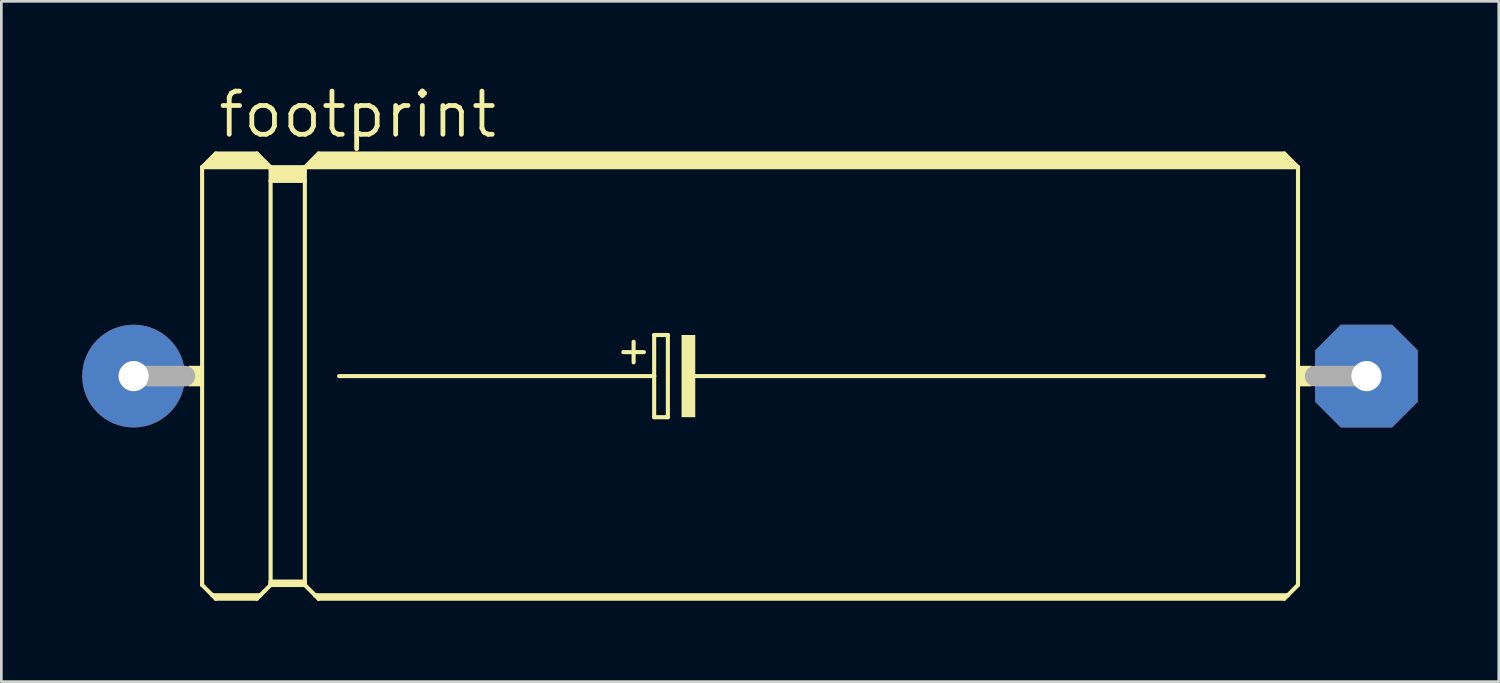
<source format=kicad_pcb>
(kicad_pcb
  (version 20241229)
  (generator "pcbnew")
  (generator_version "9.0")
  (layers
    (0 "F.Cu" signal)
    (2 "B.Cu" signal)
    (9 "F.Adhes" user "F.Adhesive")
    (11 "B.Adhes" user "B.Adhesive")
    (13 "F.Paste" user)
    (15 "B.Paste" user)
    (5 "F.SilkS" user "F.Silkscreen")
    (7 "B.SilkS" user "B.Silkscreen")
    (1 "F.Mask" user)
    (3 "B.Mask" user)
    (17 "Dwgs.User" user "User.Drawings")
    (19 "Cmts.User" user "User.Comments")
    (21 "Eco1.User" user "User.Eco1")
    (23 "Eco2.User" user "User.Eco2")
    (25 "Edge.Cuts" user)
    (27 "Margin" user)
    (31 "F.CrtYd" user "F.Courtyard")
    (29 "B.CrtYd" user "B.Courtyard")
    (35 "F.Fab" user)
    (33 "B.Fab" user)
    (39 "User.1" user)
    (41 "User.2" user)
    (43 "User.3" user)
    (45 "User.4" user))
  (footprint "footprint"
    (layer "F.Cu")
    (at 24.765 10.897)
    (property "Reference" "footprint" (at -19.812 -8.763 0) (layer "F.SilkS") (effects (font (size 1.6 1.6) (thickness 0.178)) (justify left bottom)))
    (fp_line (start -20.32 -7.747) (end -20.32 7.747) (stroke (width 0.152) (type solid)) (layer "F.SilkS"))
    (fp_line (start -20.32 -7.747) (end -19.812 -8.255) (stroke (width 0.152) (type solid)) (layer "F.SilkS"))
    (fp_line (start -20.32 -7.747) (end -17.78 -7.747) (stroke (width 0.152) (type solid)) (layer "F.SilkS"))
    (fp_line (start -20.32 7.747) (end -19.939 8.128) (stroke (width 0.152) (type solid)) (layer "F.SilkS"))
    (fp_line (start -20.066 -7.874) (end -18.034 -7.874) (stroke (width 0.305) (type solid)) (layer "F.SilkS"))
    (fp_line (start -19.939 8.128) (end -19.812 8.255) (stroke (width 0.152) (type solid)) (layer "F.SilkS"))
    (fp_line (start -19.939 8.128) (end -18.161 8.128) (stroke (width 0.152) (type solid)) (layer "F.SilkS"))
    (fp_line (start -19.812 -8.255) (end -18.288 -8.255) (stroke (width 0.152) (type solid)) (layer "F.SilkS"))
    (fp_line (start -19.812 -8.128) (end -18.288 -8.128) (stroke (width 0.305) (type solid)) (layer "F.SilkS"))
    (fp_line (start -19.812 8.204) (end -18.288 8.204) (stroke (width 0.152) (type solid)) (layer "F.SilkS"))
    (fp_line (start -19.812 8.255) (end -19.812 8.204) (stroke (width 0.152) (type solid)) (layer "F.SilkS"))
    (fp_line (start -19.812 8.255) (end -18.288 8.255) (stroke (width 0.152) (type solid)) (layer "F.SilkS"))
    (fp_line (start -18.288 -8.255) (end -17.78 -7.747) (stroke (width 0.152) (type solid)) (layer "F.SilkS"))
    (fp_line (start -18.288 8.255) (end -18.161 8.128) (stroke (width 0.152) (type solid)) (layer "F.SilkS"))
    (fp_line (start -18.161 8.128) (end -17.78 7.747) (stroke (width 0.152) (type solid)) (layer "F.SilkS"))
    (fp_line (start -17.78 -7.747) (end -16.51 -7.747) (stroke (width 0.152) (type solid)) (layer "F.SilkS"))
    (fp_line (start -17.78 -7.239) (end -17.78 -7.747) (stroke (width 0.152) (type solid)) (layer "F.SilkS"))
    (fp_line (start -17.78 -7.239) (end -16.51 -7.239) (stroke (width 0.152) (type solid)) (layer "F.SilkS"))
    (fp_line (start -17.78 7.62) (end -17.78 -7.239) (stroke (width 0.152) (type solid)) (layer "F.SilkS"))
    (fp_line (start -17.78 7.62) (end -16.51 7.62) (stroke (width 0.152) (type solid)) (layer "F.SilkS"))
    (fp_line (start -17.78 7.696) (end -17.78 7.62) (stroke (width 0.152) (type solid)) (layer "F.SilkS"))
    (fp_line (start -17.78 7.696) (end -16.51 7.696) (stroke (width 0.152) (type solid)) (layer "F.SilkS"))
    (fp_line (start -17.78 7.747) (end -17.78 7.696) (stroke (width 0.152) (type solid)) (layer "F.SilkS"))
    (fp_line (start -17.78 7.747) (end -16.51 7.747) (stroke (width 0.152) (type solid)) (layer "F.SilkS"))
    (fp_line (start -17.653 -7.62) (end -16.637 -7.62) (stroke (width 0.305) (type solid)) (layer "F.SilkS"))
    (fp_line (start -17.653 -7.366) (end -16.637 -7.366) (stroke (width 0.305) (type solid)) (layer "F.SilkS"))
    (fp_line (start -16.51 -7.747) (end -16.002 -8.255) (stroke (width 0.152) (type solid)) (layer "F.SilkS"))
    (fp_line (start -16.51 -7.747) (end 20.32 -7.747) (stroke (width 0.152) (type solid)) (layer "F.SilkS"))
    (fp_line (start -16.51 -7.239) (end -16.51 -7.747) (stroke (width 0.152) (type solid)) (layer "F.SilkS"))
    (fp_line (start -16.51 7.62) (end -16.51 -7.239) (stroke (width 0.152) (type solid)) (layer "F.SilkS"))
    (fp_line (start -16.51 7.696) (end -16.51 7.62) (stroke (width 0.152) (type solid)) (layer "F.SilkS"))
    (fp_line (start -16.51 7.747) (end -16.51 7.696) (stroke (width 0.152) (type solid)) (layer "F.SilkS"))
    (fp_line (start -16.51 7.747) (end -16.129 8.128) (stroke (width 0.152) (type solid)) (layer "F.SilkS"))
    (fp_line (start -16.256 -7.874) (end 20.066 -7.874) (stroke (width 0.305) (type solid)) (layer "F.SilkS"))
    (fp_line (start -16.129 8.128) (end -16.002 8.255) (stroke (width 0.152) (type solid)) (layer "F.SilkS"))
    (fp_line (start -16.129 8.128) (end 19.939 8.128) (stroke (width 0.152) (type solid)) (layer "F.SilkS"))
    (fp_line (start -16.002 -8.255) (end 19.812 -8.255) (stroke (width 0.152) (type solid)) (layer "F.SilkS"))
    (fp_line (start -16.002 -8.128) (end 19.812 -8.128) (stroke (width 0.305) (type solid)) (layer "F.SilkS"))
    (fp_line (start -16.002 8.204) (end 19.812 8.204) (stroke (width 0.152) (type solid)) (layer "F.SilkS"))
    (fp_line (start -16.002 8.255) (end -16.002 8.204) (stroke (width 0.152) (type solid)) (layer "F.SilkS"))
    (fp_line (start -16.002 8.255) (end 19.812 8.255) (stroke (width 0.152) (type solid)) (layer "F.SilkS"))
    (fp_line (start -15.24 0) (end -3.556 0) (stroke (width 0.152) (type solid)) (layer "F.SilkS"))
    (fp_line (start -4.699 -0.889) (end -3.937 -0.889) (stroke (width 0.152) (type solid)) (layer "F.SilkS"))
    (fp_line (start -4.318 -1.27) (end -4.318 -0.508) (stroke (width 0.152) (type solid)) (layer "F.SilkS"))
    (fp_line (start -3.556 -1.524) (end -3.556 0) (stroke (width 0.152) (type solid)) (layer "F.SilkS"))
    (fp_line (start -3.556 0) (end -3.556 1.524) (stroke (width 0.152) (type solid)) (layer "F.SilkS"))
    (fp_line (start -3.556 1.524) (end -3.048 1.524) (stroke (width 0.152) (type solid)) (layer "F.SilkS"))
    (fp_line (start -3.048 -1.524) (end -3.556 -1.524) (stroke (width 0.152) (type solid)) (layer "F.SilkS"))
    (fp_line (start -3.048 1.524) (end -3.048 -1.524) (stroke (width 0.152) (type solid)) (layer "F.SilkS"))
    (fp_line (start -2.159 0) (end 19.05 0) (stroke (width 0.152) (type solid)) (layer "F.SilkS"))
    (fp_line (start 19.812 -8.255) (end 20.32 -7.747) (stroke (width 0.152) (type solid)) (layer "F.SilkS"))
    (fp_line (start 19.812 8.255) (end 19.939 8.128) (stroke (width 0.152) (type solid)) (layer "F.SilkS"))
    (fp_line (start 19.939 8.128) (end 20.32 7.747) (stroke (width 0.152) (type solid)) (layer "F.SilkS"))
    (fp_line (start 20.32 -7.747) (end 20.32 7.747) (stroke (width 0.152) (type solid)) (layer "F.SilkS"))
    (fp_poly (pts (xy -20.828 0.381) (xy -20.32 0.381) (xy -20.32 -0.381) (xy -20.828 -0.381)) (stroke (width 0) (type solid)) (fill yes) (layer "F.SilkS"))
    (fp_poly (pts (xy -2.54 1.524) (xy -2.032 1.524) (xy -2.032 -1.524) (xy -2.54 -1.524)) (stroke (width 0) (type solid)) (fill yes) (layer "F.SilkS"))
    (fp_poly (pts (xy 20.32 0.381) (xy 20.828 0.381) (xy 20.828 -0.381) (xy 20.32 -0.381)) (stroke (width 0) (type solid)) (fill yes) (layer "F.SilkS"))
    (fp_line (start -22.86 0) (end -20.955 0) (stroke (width 0.762) (type solid)) (layer "F.Fab"))
    (fp_line (start 22.86 0) (end 20.955 0) (stroke (width 0.762) (type solid)) (layer "F.Fab"))
    (pad "+" thru_hole circle (at -22.86 0) (size 3.81 3.81) (drill 1.118) (layers "*.Cu" "*.Mask"))
    (pad "-" thru_hole roundrect (at 22.86 0) (size 3.81 3.81) (drill 1.118) (layers "*.Cu" "*.Mask") (roundrect_rratio 0.25) (chamfer_ratio 0.25) (chamfer top_left top_right bottom_left bottom_right)))
  (gr_rect
    (start -3 -3)
    (end 52.53 22.228)
    (stroke (width 0.1) (type default))
    (fill no)
    (layer "Edge.Cuts")))
</source>
